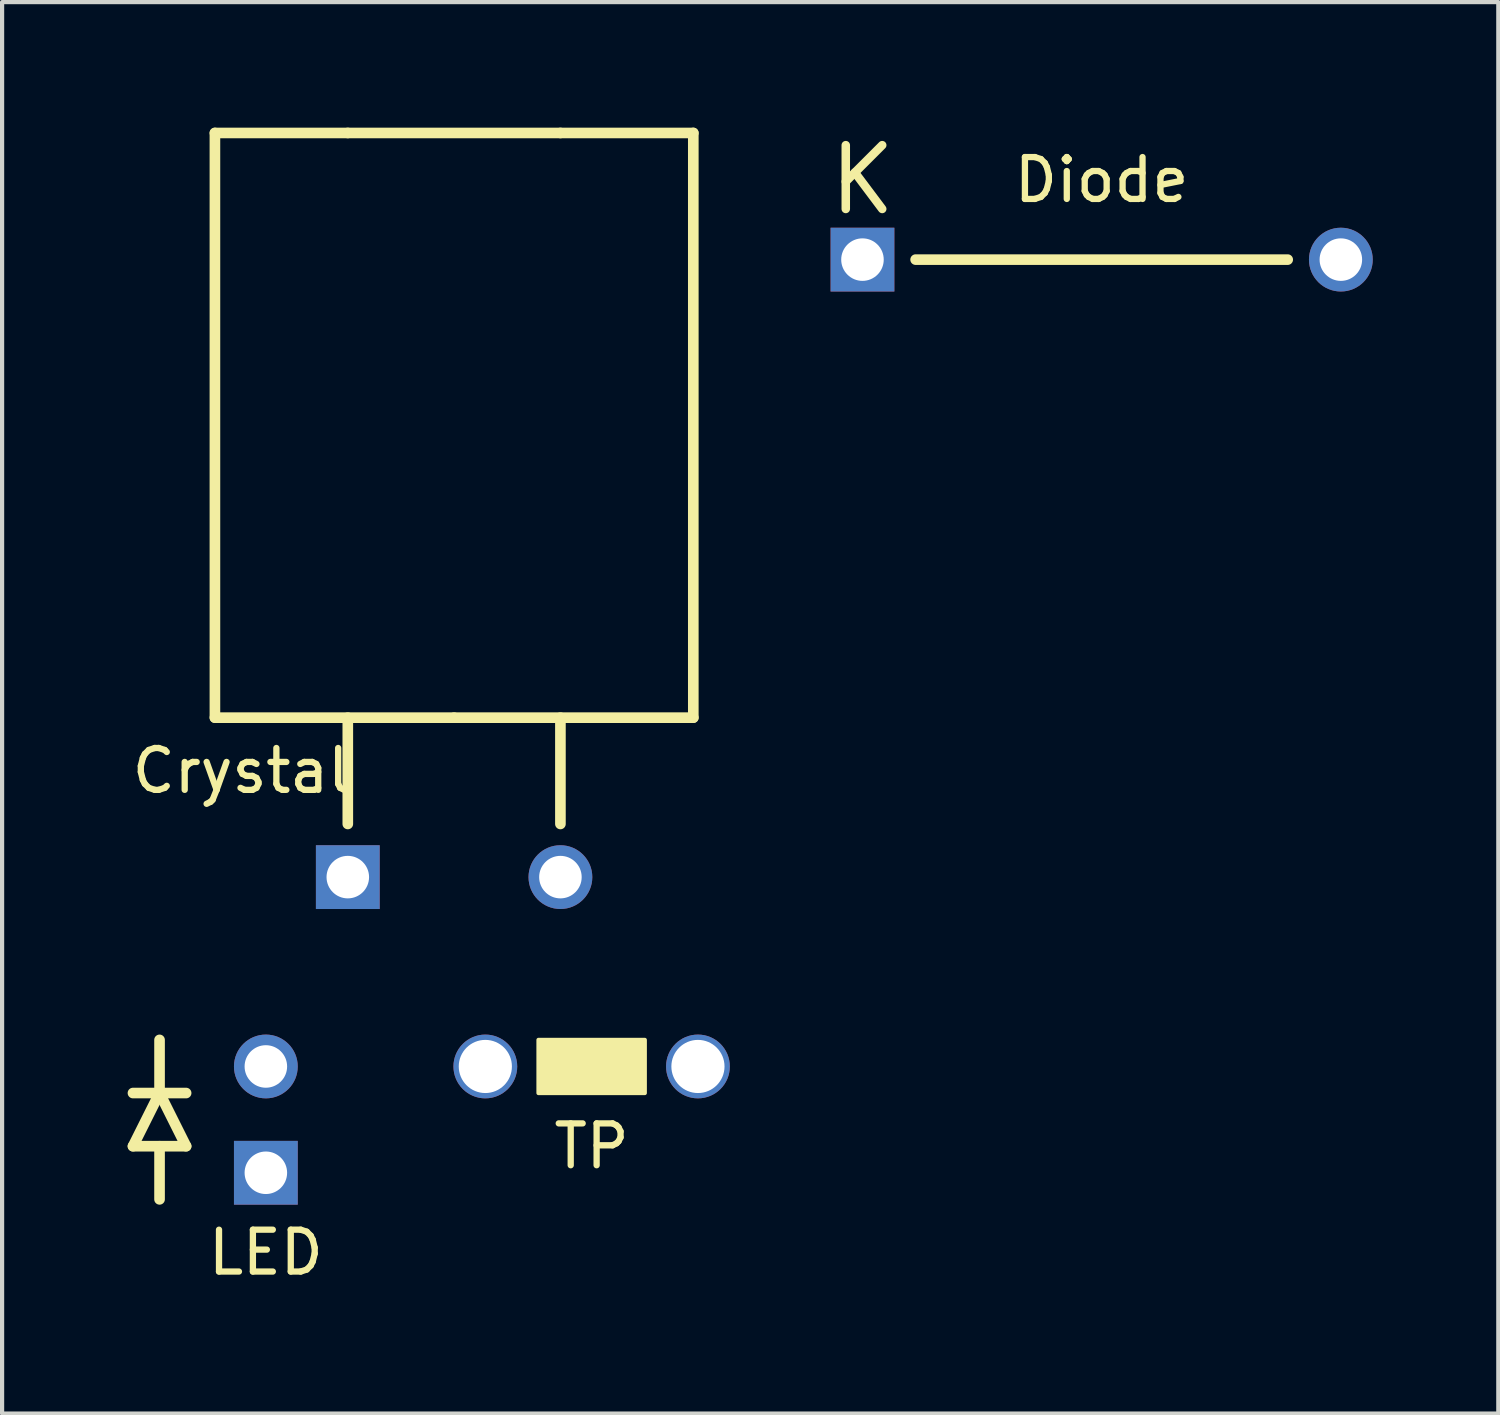
<source format=kicad_pcb>
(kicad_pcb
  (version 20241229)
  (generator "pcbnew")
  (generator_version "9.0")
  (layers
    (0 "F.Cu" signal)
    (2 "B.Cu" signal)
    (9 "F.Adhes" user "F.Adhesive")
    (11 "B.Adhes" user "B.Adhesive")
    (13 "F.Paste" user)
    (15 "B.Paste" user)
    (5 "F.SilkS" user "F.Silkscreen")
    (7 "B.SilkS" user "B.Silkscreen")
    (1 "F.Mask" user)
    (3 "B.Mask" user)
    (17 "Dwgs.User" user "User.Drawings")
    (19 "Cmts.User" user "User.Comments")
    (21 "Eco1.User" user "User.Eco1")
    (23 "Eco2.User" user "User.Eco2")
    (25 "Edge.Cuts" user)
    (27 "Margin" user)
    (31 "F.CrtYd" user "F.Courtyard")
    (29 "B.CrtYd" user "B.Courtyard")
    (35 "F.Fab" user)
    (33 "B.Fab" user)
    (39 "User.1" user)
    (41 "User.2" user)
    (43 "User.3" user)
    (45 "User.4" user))
  (footprint "LED"
    (layer "F.Cu")
    (at 3.302 23.701)
    (property "Reference" "LED" (at 0 3.175 0) (layer "F.SilkS") (effects (font (size 1 1) (thickness 0.15))))
    (attr through_hole)
    (fp_line (start -3.175 0.635) (end -1.905 0.635) (stroke (width 0.254) (type solid)) (layer "F.SilkS"))
    (fp_line (start -2.54 -1.905) (end -2.54 -0.635) (stroke (width 0.254) (type solid)) (layer "F.SilkS"))
    (fp_line (start -2.54 -0.635) (end -3.175 0.635) (stroke (width 0.254) (type solid)) (layer "F.SilkS"))
    (fp_line (start -2.54 0.635) (end -2.54 1.905) (stroke (width 0.254) (type solid)) (layer "F.SilkS"))
    (fp_line (start -1.905 -0.635) (end -3.175 -0.635) (stroke (width 0.254) (type solid)) (layer "F.SilkS"))
    (fp_line (start -1.905 0.635) (end -2.54 -0.635) (stroke (width 0.254) (type solid)) (layer "F.SilkS"))
    (pad "1" thru_hole rect (at 0 1.27) (size 1.524 1.524) (drill 1.016) (layers "*.Cu" "*.Mask"))
    (pad "2" thru_hole circle (at 0 -1.27) (size 1.524 1.524) (drill 1.016) (layers "*.Cu" "*.Mask")))
  (footprint "Diode"
    (layer "F.Cu")
    (at 23.272 3.153)
    (property "Reference" "Diode" (at 0 -1.905 0) (unlocked yes) (layer "F.SilkS") (effects (font (size 1 1) (thickness 0.15))))
    (attr through_hole)
    (fp_line (start 4.445 0) (end -4.445 0) (stroke (width 0.254) (type solid)) (layer "F.SilkS"))
    (fp_text user "K" (at -5.715 -1.905 0) (unlocked yes) (layer "F.SilkS") (effects (font (size 1.524 1.524) (thickness 0.203))))
    (pad "1" thru_hole rect (at -5.715 0) (size 1.524 1.524) (drill 1.016) (layers "*.Cu" "*.Mask"))
    (pad "2" thru_hole circle (at 5.715 0) (size 1.524 1.524) (drill 1.016) (layers "*.Cu" "*.Mask")))
  (footprint "Crystal"
    (layer "F.Cu")
    (at 7.8 7.747)
    (property "Reference" "Crystal" (at -5.08 7.62 0) (layer "F.SilkS") (effects (font (size 1 1) (thickness 0.15))))
    (attr through_hole)
    (fp_line (start -5.715 -7.62) (end -5.715 6.35) (stroke (width 0.254) (type solid)) (layer "F.SilkS"))
    (fp_line (start -5.715 6.35) (end 0 6.35) (stroke (width 0.254) (type solid)) (layer "F.SilkS"))
    (fp_line (start -2.54 -7.62) (end -5.715 -7.62) (stroke (width 0.254) (type solid)) (layer "F.SilkS"))
    (fp_line (start -2.54 -7.62) (end 2.54 -7.62) (stroke (width 0.254) (type solid)) (layer "F.SilkS"))
    (fp_line (start -2.54 8.89) (end -2.54 6.35) (stroke (width 0.254) (type solid)) (layer "F.SilkS"))
    (fp_line (start 2.54 8.89) (end 2.54 6.35) (stroke (width 0.254) (type solid)) (layer "F.SilkS"))
    (fp_line (start 5.715 -7.62) (end 2.54 -7.62) (stroke (width 0.254) (type solid)) (layer "F.SilkS"))
    (fp_line (start 5.715 6.35) (end 0 6.35) (stroke (width 0.254) (type solid)) (layer "F.SilkS"))
    (fp_line (start 5.715 6.35) (end 5.715 -7.62) (stroke (width 0.254) (type solid)) (layer "F.SilkS"))
    (pad "1" thru_hole rect (at -2.54 10.16) (size 1.524 1.524) (drill 1.016) (layers "*.Cu" "*.Mask"))
    (pad "2" thru_hole circle (at 2.54 10.16) (size 1.524 1.524) (drill 1.016) (layers "*.Cu" "*.Mask")))
  (footprint "TP"
    (layer "F.Cu")
    (at 11.086 22.431)
    (property "Reference" "TP" (at 0 1.905 0) (unlocked yes) (layer "F.SilkS") (effects (font (size 1 1) (thickness 0.15))))
    (attr through_hole)
    (fp_poly (pts (xy 1.27 0.635) (xy -1.27 0.635) (xy -1.27 -0.635) (xy 1.27 -0.635)) (stroke (width 0.1) (type solid)) (fill yes) (layer "F.SilkS"))
    (pad "1" thru_hole circle (at -2.54 0) (size 1.524 1.524) (drill 1.27) (layers "*.Cu" "*.Mask"))
    (pad "2" thru_hole circle (at 2.54 0) (size 1.524 1.524) (drill 1.27) (layers "*.Cu" "*.Mask")))
  (gr_rect
    (start -3 -3)
    (end 32.749 30.724)
    (stroke (width 0.1) (type default))
    (fill no)
    (layer "Edge.Cuts")))
</source>
